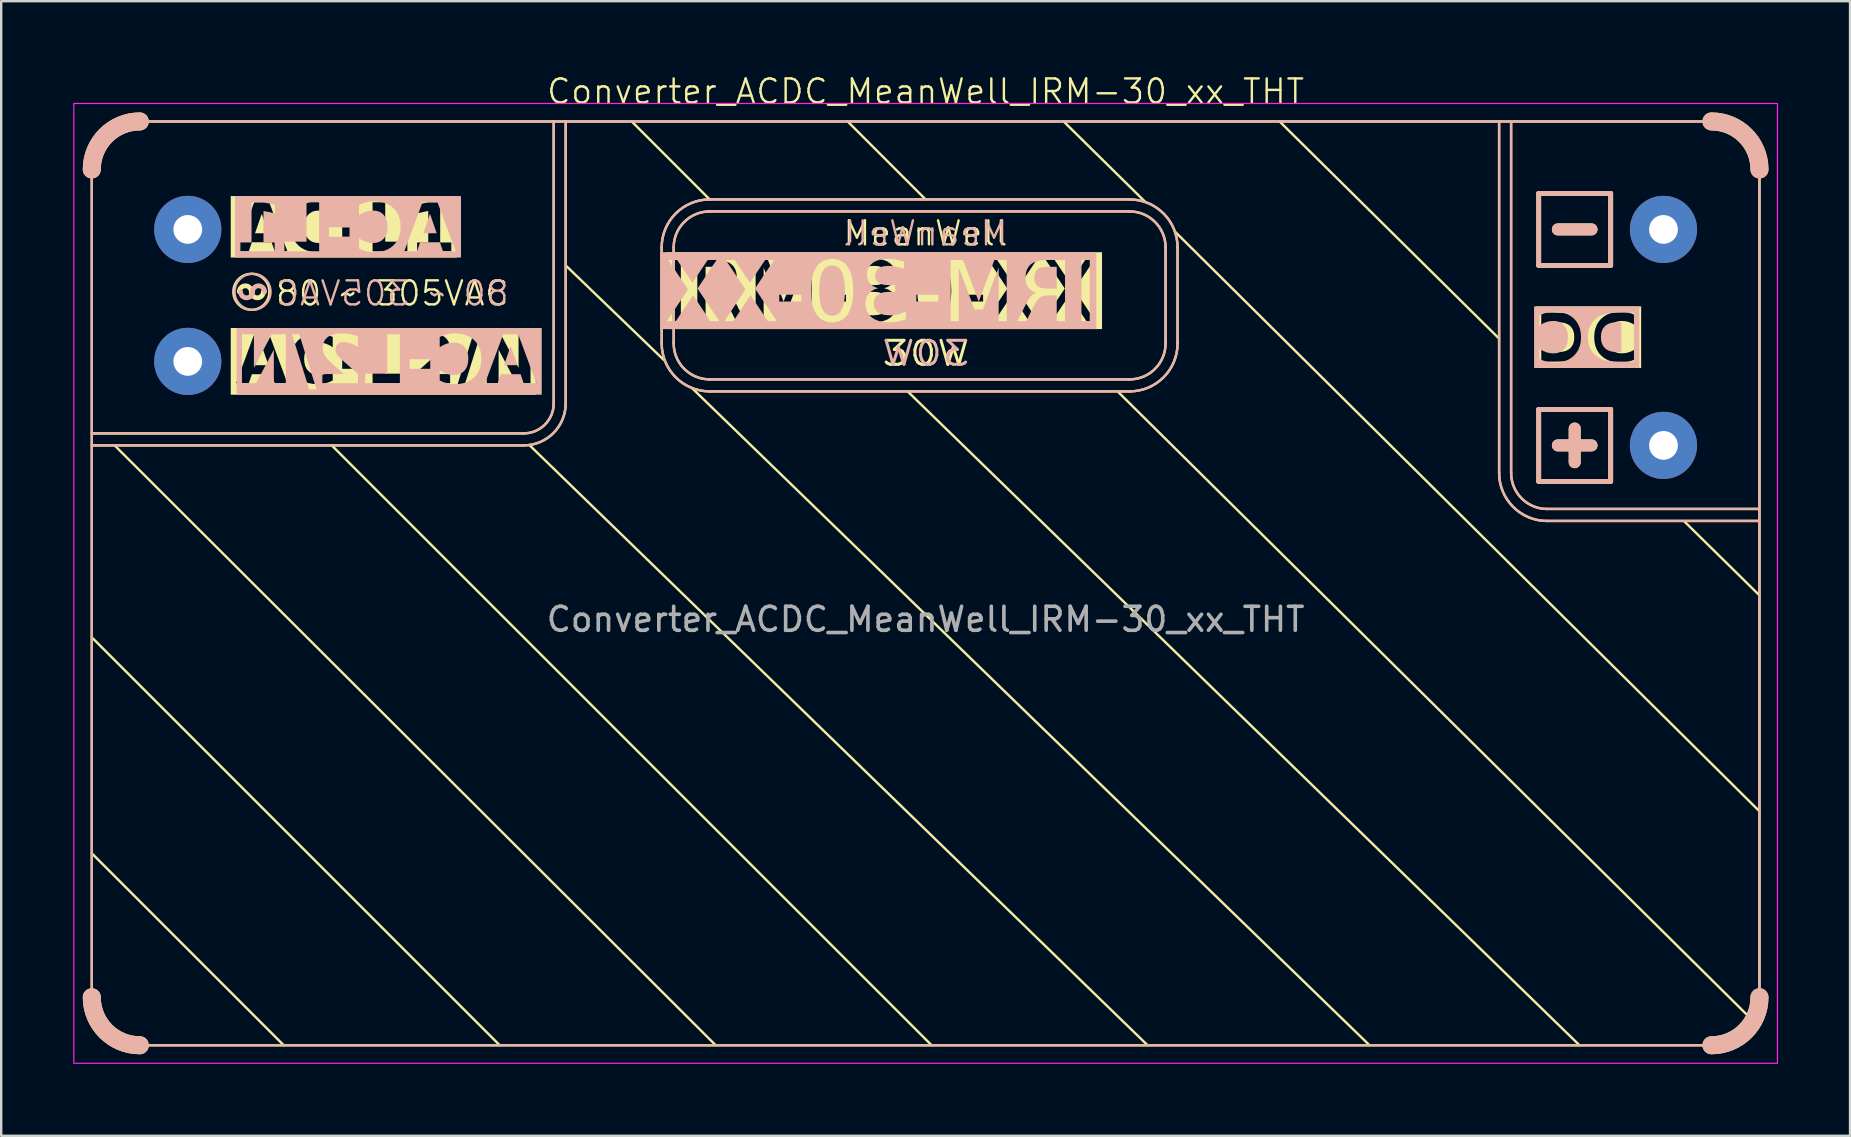
<source format=kicad_pcb>
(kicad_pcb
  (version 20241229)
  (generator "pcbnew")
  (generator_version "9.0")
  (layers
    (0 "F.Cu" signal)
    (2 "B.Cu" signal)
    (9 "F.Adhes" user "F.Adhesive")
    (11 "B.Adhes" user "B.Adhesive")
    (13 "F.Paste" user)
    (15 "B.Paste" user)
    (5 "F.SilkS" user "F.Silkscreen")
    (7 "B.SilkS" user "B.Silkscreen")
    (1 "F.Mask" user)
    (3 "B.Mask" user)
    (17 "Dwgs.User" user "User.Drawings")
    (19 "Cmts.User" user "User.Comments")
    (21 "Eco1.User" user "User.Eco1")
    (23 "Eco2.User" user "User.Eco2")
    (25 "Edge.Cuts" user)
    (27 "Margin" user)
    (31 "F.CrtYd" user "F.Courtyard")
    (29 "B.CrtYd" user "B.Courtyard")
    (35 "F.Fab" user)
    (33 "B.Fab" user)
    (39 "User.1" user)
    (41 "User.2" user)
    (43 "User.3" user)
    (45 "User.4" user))
  (footprint "Converter_ACDC_MeanWell_IRM-30_xx_THT"
    (layer "F.Cu")
    (at 35.525 21.761)
    (property "Reference" "Converter_ACDC_MeanWell_IRM-30_xx_THT" (at 0 -21 0) (unlocked yes) (layer "F.SilkS") (effects (font (size 1 1) (thickness 0.1))))
    (attr through_hole)
    (fp_line (start -34.75 -17.75) (end -34.75 16.75) (stroke (width 0.1) (type default)) (layer "F.SilkS"))
    (fp_line (start -34.75 1.75) (end -17.75 18.75) (stroke (width 0.1) (type default)) (layer "F.SilkS"))
    (fp_line (start -34.75 10.75) (end -26.75 18.75) (stroke (width 0.1) (type default)) (layer "F.SilkS"))
    (fp_line (start -33.8 -6.25) (end -8.75 18.75) (stroke (width 0.1) (type default)) (layer "F.SilkS"))
    (fp_line (start -32.75 18.75) (end 32.75 18.75) (stroke (width 0.1) (type default)) (layer "F.SilkS"))
    (fp_line (start -24.75 -6.25) (end 0.25 18.75) (stroke (width 0.1) (type default)) (layer "F.SilkS"))
    (fp_line (start -16.75 -6.75) (end -34.75 -6.75) (stroke (width 0.1) (type default)) (layer "F.SilkS"))
    (fp_line (start -16.75 -6.25) (end -34.75 -6.25) (stroke (width 0.1) (type default)) (layer "F.SilkS"))
    (fp_line (start -15.5 -8) (end -15.5 -19.75) (stroke (width 0.1) (type default)) (layer "F.SilkS"))
    (fp_line (start -15 -13.75) (end -10.9 -9.8) (stroke (width 0.1) (type default)) (layer "F.SilkS"))
    (fp_line (start -15 -8) (end -15 -19.75) (stroke (width 0.1) (type default)) (layer "F.SilkS"))
    (fp_line (start -11 -10.5) (end -11 -14.5) (stroke (width 0.1) (type default)) (layer "F.SilkS"))
    (fp_line (start -10.5 -14.5) (end -10.5 -10.5) (stroke (width 0.1) (type default)) (layer "F.SilkS"))
    (fp_line (start -9.75 -8.65) (end 18.5 18.75) (stroke (width 0.1) (type default)) (layer "F.SilkS"))
    (fp_line (start -9 -16) (end 8.5 -16) (stroke (width 0.1) (type default)) (layer "F.SilkS"))
    (fp_line (start -9 -9) (end 8.5 -9) (stroke (width 0.1) (type default)) (layer "F.SilkS"))
    (fp_line (start -9 -16.5) (end -12.25 -19.75) (stroke (width 0.1) (type default)) (layer "F.SilkS"))
    (fp_line (start -9 -16.5) (end 8.5 -16.5) (stroke (width 0.1) (type default)) (layer "F.SilkS"))
    (fp_line (start -0.75 -8.5) (end 27.25 18.75) (stroke (width 0.1) (type default)) (layer "F.SilkS"))
    (fp_line (start 0 -16.5) (end -3.25 -19.75) (stroke (width 0.1) (type default)) (layer "F.SilkS"))
    (fp_line (start 5.75 -19.75) (end 9.15 -16.4) (stroke (width 0.1) (type default)) (layer "F.SilkS"))
    (fp_line (start 8 -8.5) (end 34.5 17.75) (stroke (width 0.1) (type default)) (layer "F.SilkS"))
    (fp_line (start 8.5 -8.5) (end -9 -8.5) (stroke (width 0.1) (type default)) (layer "F.SilkS"))
    (fp_line (start 9.25 18.75) (end -16.5 -6.25) (stroke (width 0.1) (type default)) (layer "F.SilkS"))
    (fp_line (start 10 -14.5) (end 10 -10.5) (stroke (width 0.1) (type default)) (layer "F.SilkS"))
    (fp_line (start 10.4 -15.15) (end 34.75 9) (stroke (width 0.1) (type default)) (layer "F.SilkS"))
    (fp_line (start 10.5 -14.5) (end 10.5 -10.5) (stroke (width 0.1) (type default)) (layer "F.SilkS"))
    (fp_line (start 23.9 -10.7) (end 14.75 -19.75) (stroke (width 0.1) (type default)) (layer "F.SilkS"))
    (fp_line (start 23.9 -5.1) (end 23.9 -19.7) (stroke (width 0.1) (type default)) (layer "F.SilkS"))
    (fp_line (start 24.4 -5.1) (end 24.4 -19.7) (stroke (width 0.1) (type default)) (layer "F.SilkS"))
    (fp_line (start 25.55 -16.75) (end 28.55 -16.75) (stroke (width 0.2) (type default)) (layer "F.SilkS"))
    (fp_line (start 25.55 -13.75) (end 25.55 -16.75) (stroke (width 0.2) (type default)) (layer "F.SilkS"))
    (fp_line (start 25.55 -13.75) (end 28.55 -13.75) (stroke (width 0.2) (type default)) (layer "F.SilkS"))
    (fp_line (start 25.55 -7.75) (end 28.55 -7.75) (stroke (width 0.2) (type default)) (layer "F.SilkS"))
    (fp_line (start 25.55 -4.75) (end 25.55 -7.75) (stroke (width 0.2) (type default)) (layer "F.SilkS"))
    (fp_line (start 25.55 -4.75) (end 28.55 -4.75) (stroke (width 0.2) (type default)) (layer "F.SilkS"))
    (fp_line (start 25.9 -3.1) (end 34.7 -3.1) (stroke (width 0.1) (type default)) (layer "F.SilkS"))
    (fp_line (start 26.35 -15.25) (end 27.75 -15.25) (stroke (width 0.5) (type default)) (layer "F.SilkS"))
    (fp_line (start 26.35 -6.25) (end 27.75 -6.25) (stroke (width 0.5) (type default)) (layer "F.SilkS"))
    (fp_line (start 27.05 -6.95) (end 27.05 -5.55) (stroke (width 0.5) (type default)) (layer "F.SilkS"))
    (fp_line (start 28.55 -13.75) (end 28.55 -16.75) (stroke (width 0.2) (type default)) (layer "F.SilkS"))
    (fp_line (start 28.55 -4.75) (end 28.55 -7.75) (stroke (width 0.2) (type default)) (layer "F.SilkS"))
    (fp_line (start 31.6 -3.1) (end 34.75 0) (stroke (width 0.1) (type default)) (layer "F.SilkS"))
    (fp_line (start 32.75 -19.75) (end -32.75 -19.75) (stroke (width 0.1) (type default)) (layer "F.SilkS"))
    (fp_line (start 34.7 -3.6) (end 25.9 -3.6) (stroke (width 0.1) (type default)) (layer "F.SilkS"))
    (fp_line (start 34.75 16.75) (end 34.75 -17.75) (stroke (width 0.1) (type default)) (layer "F.SilkS"))
    (fp_rect (start 25.55 -16.75) (end 28.55 -13.75) (stroke (width 0.1) (type default)) (fill no) (layer "F.SilkS"))
    (fp_arc (start -34.75 -17.75) (mid -34.164214 -19.164214) (end -32.75 -19.75) (stroke (width 0.75) (type default)) (layer "F.SilkS"))
    (fp_arc (start -32.75 18.75) (mid -34.164214 18.164214) (end -34.75 16.75) (stroke (width 0.75) (type default)) (layer "F.SilkS"))
    (fp_arc (start -28.6 -12.65) (mid -28.35 -12.9) (end -28.1 -12.65) (stroke (width 0.2) (type default)) (layer "F.SilkS"))
    (fp_arc (start -27.6 -12.65) (mid -27.85 -12.4) (end -28.1 -12.65) (stroke (width 0.2) (type default)) (layer "F.SilkS"))
    (fp_arc (start -15.5 -8) (mid -15.866117 -7.116117) (end -16.75 -6.75) (stroke (width 0.1) (type default)) (layer "F.SilkS"))
    (fp_arc (start -15 -8) (mid -15.512563 -6.762563) (end -16.75 -6.25) (stroke (width 0.1) (type default)) (layer "F.SilkS"))
    (fp_arc (start -11 -14.5) (mid -10.414214 -15.914214) (end -9 -16.5) (stroke (width 0.1) (type default)) (layer "F.SilkS"))
    (fp_arc (start -10.500001 -14.500001) (mid -10.060661 -15.560661) (end -9.000001 -16.000001) (stroke (width 0.1) (type default)) (layer "F.SilkS"))
    (fp_arc (start -9.000001 -8.999999) (mid -10.060661 -9.439339) (end -10.500001 -10.499999) (stroke (width 0.1) (type default)) (layer "F.SilkS"))
    (fp_arc (start -8.999999 -8.500001) (mid -10.414213 -9.085787) (end -10.999999 -10.500001) (stroke (width 0.1) (type default)) (layer "F.SilkS"))
    (fp_arc (start 8.5 -16.5) (mid 9.914214 -15.914214) (end 10.5 -14.5) (stroke (width 0.1) (type default)) (layer "F.SilkS"))
    (fp_arc (start 8.500001 -16) (mid 9.560661 -15.56066) (end 10.000001 -14.5) (stroke (width 0.1) (type default)) (layer "F.SilkS"))
    (fp_arc (start 10 -10.5) (mid 9.56066 -9.43934) (end 8.5 -9) (stroke (width 0.1) (type default)) (layer "F.SilkS"))
    (fp_arc (start 10.499999 -10.500001) (mid 9.914213 -9.085787) (end 8.499999 -8.500001) (stroke (width 0.1) (type default)) (layer "F.SilkS"))
    (fp_arc (start 25.899999 -3.599999) (mid 24.839339 -4.039339) (end 24.399999 -5.099999) (stroke (width 0.1) (type default)) (layer "F.SilkS"))
    (fp_arc (start 25.900001 -3.100001) (mid 24.485787 -3.685787) (end 23.900001 -5.100001) (stroke (width 0.1) (type default)) (layer "F.SilkS"))
    (fp_arc (start 32.75 -19.75) (mid 34.164214 -19.164214) (end 34.75 -17.75) (stroke (width 0.75) (type default)) (layer "F.SilkS"))
    (fp_arc (start 34.75 16.75) (mid 34.164214 18.164214) (end 32.75 18.75) (stroke (width 0.75) (type default)) (layer "F.SilkS"))
    (fp_circle (center -28.1 -12.65) (end -27.35 -12.65) (stroke (width 0.1) (type default)) (fill no) (layer "F.SilkS"))
    (fp_line (start -34.75 -17.75) (end -34.75 16.75) (stroke (width 0.1) (type default)) (layer "B.SilkS"))
    (fp_line (start -32.75 18.75) (end 32.75 18.75) (stroke (width 0.1) (type default)) (layer "B.SilkS"))
    (fp_line (start -16.75 -6.75) (end -34.75 -6.75) (stroke (width 0.1) (type default)) (layer "B.SilkS"))
    (fp_line (start -16.75 -6.25) (end -34.75 -6.25) (stroke (width 0.1) (type default)) (layer "B.SilkS"))
    (fp_line (start -15.5 -8) (end -15.5 -19.75) (stroke (width 0.1) (type default)) (layer "B.SilkS"))
    (fp_line (start -15 -8) (end -15 -19.75) (stroke (width 0.1) (type default)) (layer "B.SilkS"))
    (fp_line (start -11 -10.5) (end -11 -14.5) (stroke (width 0.1) (type default)) (layer "B.SilkS"))
    (fp_line (start -10.5 -14.5) (end -10.5 -10.5) (stroke (width 0.1) (type default)) (layer "B.SilkS"))
    (fp_line (start -9 -16) (end 8.5 -16) (stroke (width 0.1) (type default)) (layer "B.SilkS"))
    (fp_line (start -9 -9) (end 8.5 -9) (stroke (width 0.1) (type default)) (layer "B.SilkS"))
    (fp_line (start -9 -16.5) (end 8.5 -16.5) (stroke (width 0.1) (type default)) (layer "B.SilkS"))
    (fp_line (start 8.5 -8.5) (end -9 -8.5) (stroke (width 0.1) (type default)) (layer "B.SilkS"))
    (fp_line (start 10 -14.5) (end 10 -10.5) (stroke (width 0.1) (type default)) (layer "B.SilkS"))
    (fp_line (start 10.5 -14.5) (end 10.5 -10.5) (stroke (width 0.1) (type default)) (layer "B.SilkS"))
    (fp_line (start 23.9 -5.1) (end 23.9 -19.7) (stroke (width 0.1) (type default)) (layer "B.SilkS"))
    (fp_line (start 24.4 -5.1) (end 24.4 -19.7) (stroke (width 0.1) (type default)) (layer "B.SilkS"))
    (fp_line (start 25.55 -16.75) (end 28.55 -16.75) (stroke (width 0.2) (type default)) (layer "B.SilkS"))
    (fp_line (start 25.55 -13.75) (end 25.55 -16.75) (stroke (width 0.2) (type default)) (layer "B.SilkS"))
    (fp_line (start 25.55 -13.75) (end 28.55 -13.75) (stroke (width 0.2) (type default)) (layer "B.SilkS"))
    (fp_line (start 25.55 -7.75) (end 28.55 -7.75) (stroke (width 0.2) (type default)) (layer "B.SilkS"))
    (fp_line (start 25.55 -4.75) (end 25.55 -7.75) (stroke (width 0.2) (type default)) (layer "B.SilkS"))
    (fp_line (start 25.55 -4.75) (end 28.55 -4.75) (stroke (width 0.2) (type default)) (layer "B.SilkS"))
    (fp_line (start 25.9 -3.1) (end 34.7 -3.1) (stroke (width 0.1) (type default)) (layer "B.SilkS"))
    (fp_line (start 26.35 -15.25) (end 27.75 -15.25) (stroke (width 0.5) (type default)) (layer "B.SilkS"))
    (fp_line (start 26.35 -6.25) (end 27.75 -6.25) (stroke (width 0.5) (type default)) (layer "B.SilkS"))
    (fp_line (start 27.05 -6.95) (end 27.05 -5.55) (stroke (width 0.5) (type default)) (layer "B.SilkS"))
    (fp_line (start 28.55 -13.75) (end 28.55 -16.75) (stroke (width 0.2) (type default)) (layer "B.SilkS"))
    (fp_line (start 28.55 -4.75) (end 28.55 -7.75) (stroke (width 0.2) (type default)) (layer "B.SilkS"))
    (fp_line (start 32.75 -19.75) (end -32.75 -19.75) (stroke (width 0.1) (type default)) (layer "B.SilkS"))
    (fp_line (start 34.7 -3.6) (end 25.9 -3.6) (stroke (width 0.1) (type default)) (layer "B.SilkS"))
    (fp_line (start 34.75 16.75) (end 34.75 -17.75) (stroke (width 0.1) (type default)) (layer "B.SilkS"))
    (fp_rect (start 28.55 -16.75) (end 25.55 -13.75) (stroke (width 0.1) (type default)) (fill no) (layer "B.SilkS"))
    (fp_arc (start -34.75 -17.75) (mid -34.164214 -19.164214) (end -32.75 -19.75) (stroke (width 0.75) (type default)) (layer "B.SilkS"))
    (fp_arc (start -32.75 18.75) (mid -34.164214 18.164214) (end -34.75 16.75) (stroke (width 0.75) (type default)) (layer "B.SilkS"))
    (fp_arc (start -28.05 -12.65) (mid -28.3 -12.4) (end -28.55 -12.65) (stroke (width 0.2) (type default)) (layer "B.SilkS"))
    (fp_arc (start -28.05 -12.65) (mid -27.8 -12.9) (end -27.55 -12.65) (stroke (width 0.2) (type default)) (layer "B.SilkS"))
    (fp_arc (start -15.5 -8) (mid -15.866117 -7.116117) (end -16.75 -6.75) (stroke (width 0.1) (type default)) (layer "B.SilkS"))
    (fp_arc (start -15 -8) (mid -15.512563 -6.762563) (end -16.75 -6.25) (stroke (width 0.1) (type default)) (layer "B.SilkS"))
    (fp_arc (start -11 -14.5) (mid -10.414214 -15.914214) (end -9 -16.5) (stroke (width 0.1) (type default)) (layer "B.SilkS"))
    (fp_arc (start -10.500001 -14.500001) (mid -10.060661 -15.560661) (end -9.000001 -16.000001) (stroke (width 0.1) (type default)) (layer "B.SilkS"))
    (fp_arc (start -9.000001 -8.999999) (mid -10.060661 -9.439339) (end -10.500001 -10.499999) (stroke (width 0.1) (type default)) (layer "B.SilkS"))
    (fp_arc (start -8.999999 -8.500001) (mid -10.414213 -9.085787) (end -10.999999 -10.500001) (stroke (width 0.1) (type default)) (layer "B.SilkS"))
    (fp_arc (start 8.5 -16.5) (mid 9.914214 -15.914214) (end 10.5 -14.5) (stroke (width 0.1) (type default)) (layer "B.SilkS"))
    (fp_arc (start 8.500001 -16) (mid 9.560661 -15.56066) (end 10.000001 -14.5) (stroke (width 0.1) (type default)) (layer "B.SilkS"))
    (fp_arc (start 10 -10.5) (mid 9.56066 -9.43934) (end 8.5 -9) (stroke (width 0.1) (type default)) (layer "B.SilkS"))
    (fp_arc (start 10.499999 -10.500001) (mid 9.914213 -9.085787) (end 8.499999 -8.500001) (stroke (width 0.1) (type default)) (layer "B.SilkS"))
    (fp_arc (start 25.899999 -3.599999) (mid 24.839339 -4.039339) (end 24.399999 -5.099999) (stroke (width 0.1) (type default)) (layer "B.SilkS"))
    (fp_arc (start 25.900001 -3.100001) (mid 24.485787 -3.685787) (end 23.900001 -5.100001) (stroke (width 0.1) (type default)) (layer "B.SilkS"))
    (fp_arc (start 32.75 -19.75) (mid 34.164214 -19.164214) (end 34.75 -17.75) (stroke (width 0.75) (type default)) (layer "B.SilkS"))
    (fp_arc (start 34.75 16.75) (mid 34.164214 18.164214) (end 32.75 18.75) (stroke (width 0.75) (type default)) (layer "B.SilkS"))
    (fp_circle (center -28.05 -12.65) (end -28.8 -12.65) (stroke (width 0.1) (type default)) (fill no) (layer "B.SilkS"))
    (fp_rect (start -35.5 -20.5) (end 35.5 19.5) (stroke (width 0.05) (type default)) (fill no) (layer "F.CrtYd"))
    (fp_text user " IRM-30-XX " (at -12 -11 0) (unlocked yes) (layer "F.SilkS" knockout) (effects (font (face "Hack") (size 2.5 2.5) (thickness 0.1)) (justify left bottom)))
    (fp_text user "AC-L2/N" (at -28.75 -8.5 0) (unlocked yes) (layer "F.SilkS" knockout) (effects (font (face "Hack") (size 2 2) (thickness 0.2) (bold yes)) (justify left bottom)))
    (fp_text user "30W" (at -1.9 -9.5 0) (unlocked yes) (layer "F.SilkS") (effects (font (size 1 1.2) (thickness 0.125)) (justify left bottom)))
    (fp_text user "80 ~ 305VAC" (at -27.15 -12 0) (unlocked yes) (layer "F.SilkS") (effects (font (size 1 1) (thickness 0.1)) (justify left bottom)))
    (fp_text user "AC-L1" (at -28.75 -14 0) (unlocked yes) (layer "F.SilkS" knockout) (effects (font (face "Hack") (size 2 2) (thickness 0.2) (bold yes)) (justify left bottom)))
    (fp_text user "DC" (at 25.4 -9.4 0) (unlocked yes) (layer "F.SilkS" knockout) (effects (font (face "Hack") (size 2 2) (thickness 0.2) (bold yes)) (justify left bottom)))
    (fp_text user "MeanWell" (at -3.5 -14.5 0) (unlocked yes) (layer "F.SilkS") (effects (font (size 1 1) (thickness 0.1)) (justify left bottom)))
    (fp_text user "80 ~ 305VAC" (at -27.15 -12 0) (unlocked yes) (layer "B.SilkS") (effects (font (size 1 1) (thickness 0.1)) (justify right bottom mirror)))
    (fp_text user "MeanWell" (at -3.5 -14.5 0) (unlocked yes) (layer "B.SilkS") (effects (font (size 1 1) (thickness 0.1)) (justify right bottom mirror)))
    (fp_text user "AC-L1" (at -28.75 -14 0) (unlocked yes) (layer "B.SilkS" knockout) (effects (font (face "Hack") (size 2 2) (thickness 0.2) (bold yes)) (justify right bottom mirror)))
    (fp_text user "30W" (at -1.9 -9.5 0) (unlocked yes) (layer "B.SilkS") (effects (font (size 1 1.2) (thickness 0.125)) (justify right bottom mirror)))
    (fp_text user " IRM-30-XX " (at -12 -11 0) (unlocked yes) (layer "B.SilkS" knockout) (effects (font (face "Hack") (size 2.5 2.5) (thickness 0.1)) (justify right bottom mirror)))
    (fp_text user "AC-L2/N" (at -28.75 -8.5 0) (unlocked yes) (layer "B.SilkS" knockout) (effects (font (face "Hack") (size 2 2) (thickness 0.2) (bold yes)) (justify right bottom mirror)))
    (fp_text user "DC" (at 25.4 -9.4 0) (unlocked yes) (layer "B.SilkS" knockout) (effects (font (face "Hack") (size 2 2) (thickness 0.2) (bold yes)) (justify right bottom mirror)))
    (fp_text user "${REFERENCE}" (at 0 1 0) (unlocked yes) (layer "F.Fab") (effects (font (size 1 1) (thickness 0.15))))
    (pad "1" thru_hole circle (at -30.75 -15.25) (size 2.8 2.8) (drill 1.2) (layers "*.Cu" "*.Mask"))
    (pad "2" thru_hole circle (at 30.75 -15.25) (size 2.8 2.8) (drill 1.2) (layers "*.Cu" "*.Mask"))
    (pad "3" thru_hole circle (at 30.75 -6.25) (size 2.8 2.8) (drill 1.2) (layers "*.Cu" "*.Mask"))
    (pad "4" thru_hole circle (at -30.75 -9.75) (size 2.8 2.8) (drill 1.2) (layers "*.Cu" "*.Mask")))
  (gr_rect
    (start -3 -3)
    (end 74.05 44.285)
    (stroke (width 0.1) (type default))
    (fill no)
    (layer "Edge.Cuts")))
</source>
